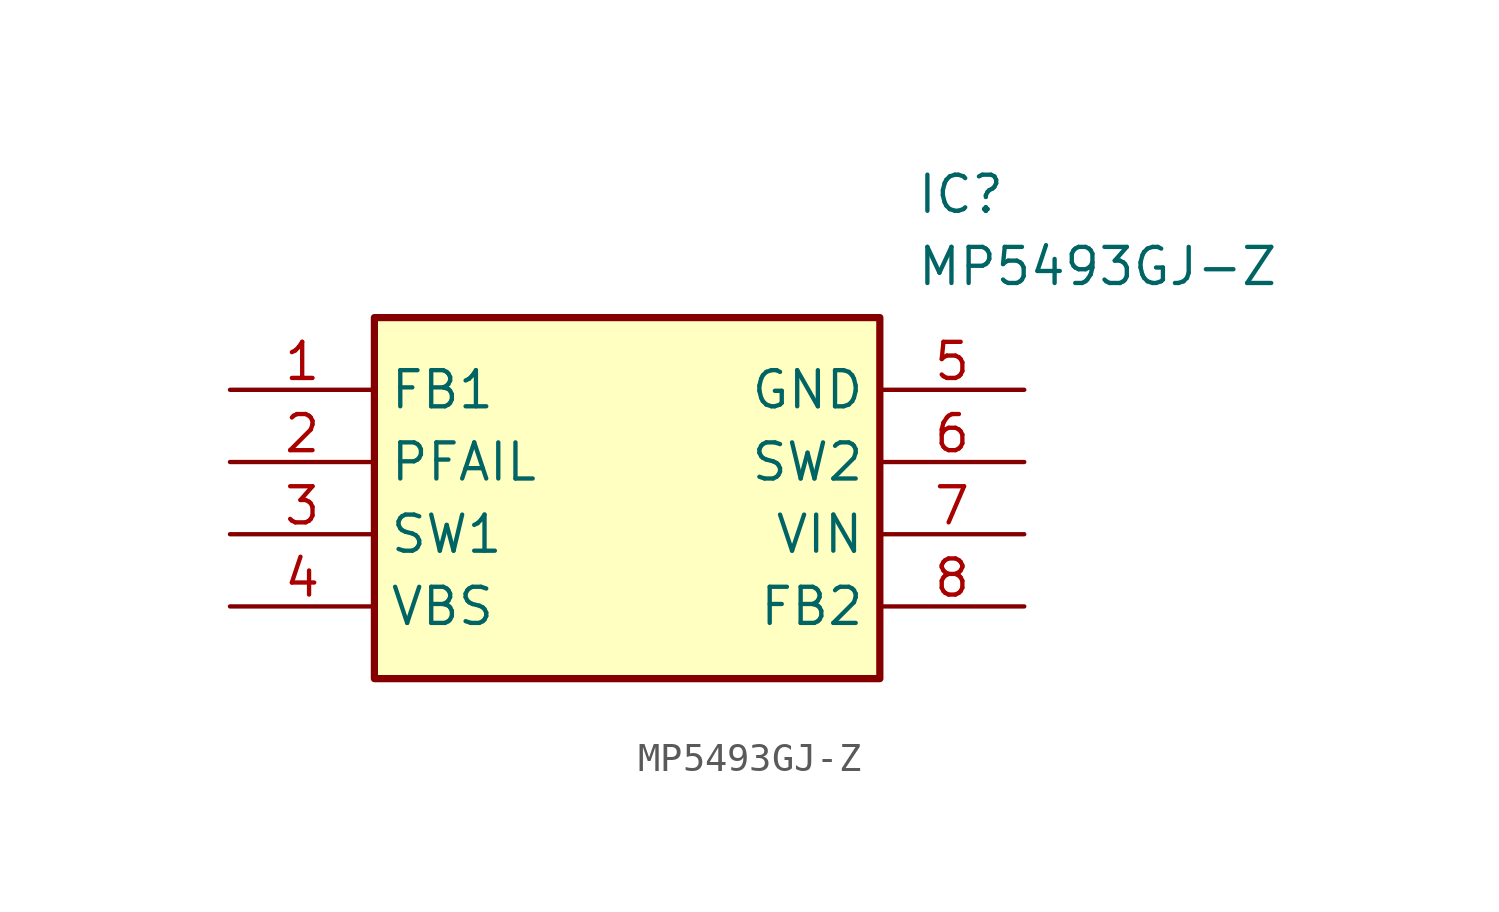
<source format=kicad_sym>
(kicad_symbol_lib
  (version 20211014)
  (generator SamacSys_ECAD_Model)
  (symbol "MP5493GJ-Z"
    (property "Reference" "IC"
      (at 24.13 7.62 0)
      (effects (font (size 1.27 1.27)) (justify left top)))
    (property "Value" "MP5493GJ-Z"
      (at 24.13 5.08 0)
      (effects (font (size 1.27 1.27)) (justify left top)))
    (rectangle
      (start 5.08 2.54)
      (end 22.86 -10.16)
      (stroke (width 0.254) (type default))
      (fill (type background)))
    (pin passive line
      (at 0 0 0)
      (length 5.08)
      (name "FB1" (effects (font (size 1.27 1.27))))
      (number "1" (effects (font (size 1.27 1.27)))))
    (pin passive line
      (at 0 -2.54 0)
      (length 5.08)
      (name "PFAIL" (effects (font (size 1.27 1.27))))
      (number "2" (effects (font (size 1.27 1.27)))))
    (pin passive line
      (at 0 -5.08 0)
      (length 5.08)
      (name "SW1" (effects (font (size 1.27 1.27))))
      (number "3" (effects (font (size 1.27 1.27)))))
    (pin passive line
      (at 0 -7.62 0)
      (length 5.08)
      (name "VBS" (effects (font (size 1.27 1.27))))
      (number "4" (effects (font (size 1.27 1.27)))))
    (pin passive line
      (at 27.94 0 180)
      (length 5.08)
      (name "GND" (effects (font (size 1.27 1.27))))
      (number "5" (effects (font (size 1.27 1.27)))))
    (pin passive line
      (at 27.94 -2.54 180)
      (length 5.08)
      (name "SW2" (effects (font (size 1.27 1.27))))
      (number "6" (effects (font (size 1.27 1.27)))))
    (pin passive line
      (at 27.94 -5.08 180)
      (length 5.08)
      (name "VIN" (effects (font (size 1.27 1.27))))
      (number "7" (effects (font (size 1.27 1.27)))))
    (pin passive line
      (at 27.94 -7.62 180)
      (length 5.08)
      (name "FB2" (effects (font (size 1.27 1.27))))
      (number "8" (effects (font (size 1.27 1.27)))))))
</source>
